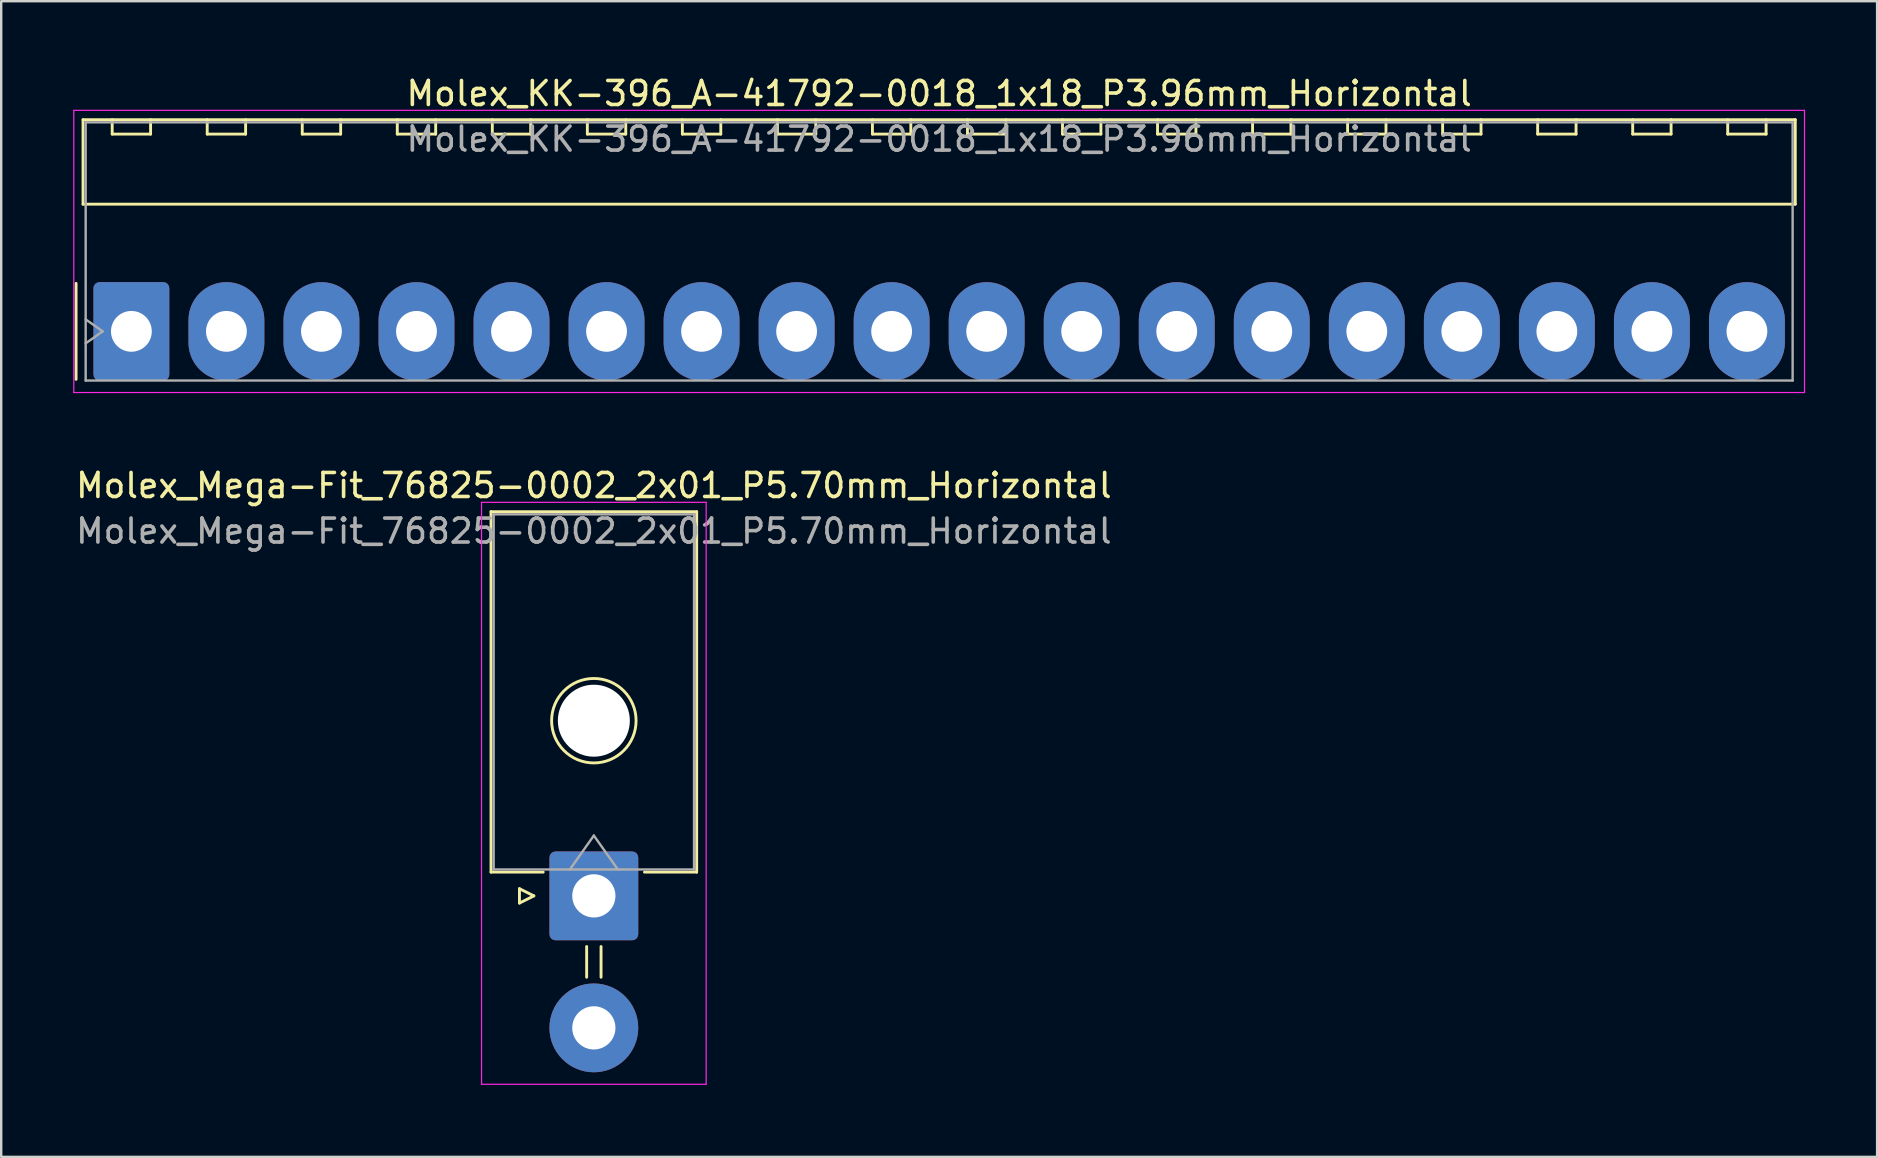
<source format=kicad_pcb>
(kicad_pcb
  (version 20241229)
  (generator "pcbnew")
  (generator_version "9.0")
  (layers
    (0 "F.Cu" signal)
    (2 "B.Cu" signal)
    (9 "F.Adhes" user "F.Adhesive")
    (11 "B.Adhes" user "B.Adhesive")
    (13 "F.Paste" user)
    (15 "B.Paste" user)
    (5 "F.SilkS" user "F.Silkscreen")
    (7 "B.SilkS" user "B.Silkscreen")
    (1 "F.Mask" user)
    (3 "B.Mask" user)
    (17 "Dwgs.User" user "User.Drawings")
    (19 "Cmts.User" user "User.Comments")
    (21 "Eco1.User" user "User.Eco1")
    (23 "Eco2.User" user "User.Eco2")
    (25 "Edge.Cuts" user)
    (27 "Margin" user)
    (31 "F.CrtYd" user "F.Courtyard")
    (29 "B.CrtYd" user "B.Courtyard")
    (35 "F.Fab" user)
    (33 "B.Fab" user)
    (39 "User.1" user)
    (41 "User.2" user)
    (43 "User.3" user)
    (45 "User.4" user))
  (footprint "Molex_KK-396_A-41792-0018_1x18_P3.96mm_Horizontal"
    (layer "F.Cu")
    (at 2.425 10.758)
    (property "Reference" "Molex_KK-396_A-41792-0018_1x18_P3.96mm_Horizontal" (at 33.66 -9.91 0) (layer "F.SilkS") (effects (font (size 1 1) (thickness 0.15))))
    (attr through_hole)
    (fp_line (start -2.305 -2) (end -2.305 2) (stroke (width 0.12) (type solid)) (layer "F.SilkS"))
    (fp_line (start -2.015 -8.82) (end 69.335 -8.82) (stroke (width 0.12) (type solid)) (layer "F.SilkS"))
    (fp_line (start -2.015 -5.3) (end -2.015 -8.82) (stroke (width 0.12) (type solid)) (layer "F.SilkS"))
    (fp_line (start -0.8 -8.82) (end -0.8 -8.22) (stroke (width 0.12) (type solid)) (layer "F.SilkS"))
    (fp_line (start -0.8 -8.22) (end 0.8 -8.22) (stroke (width 0.12) (type solid)) (layer "F.SilkS"))
    (fp_line (start 0.8 -8.22) (end 0.8 -8.82) (stroke (width 0.12) (type solid)) (layer "F.SilkS"))
    (fp_line (start 3.16 -8.82) (end 3.16 -8.22) (stroke (width 0.12) (type solid)) (layer "F.SilkS"))
    (fp_line (start 3.16 -8.22) (end 4.76 -8.22) (stroke (width 0.12) (type solid)) (layer "F.SilkS"))
    (fp_line (start 4.76 -8.22) (end 4.76 -8.82) (stroke (width 0.12) (type solid)) (layer "F.SilkS"))
    (fp_line (start 7.12 -8.82) (end 7.12 -8.22) (stroke (width 0.12) (type solid)) (layer "F.SilkS"))
    (fp_line (start 7.12 -8.22) (end 8.72 -8.22) (stroke (width 0.12) (type solid)) (layer "F.SilkS"))
    (fp_line (start 8.72 -8.22) (end 8.72 -8.82) (stroke (width 0.12) (type solid)) (layer "F.SilkS"))
    (fp_line (start 11.08 -8.82) (end 11.08 -8.22) (stroke (width 0.12) (type solid)) (layer "F.SilkS"))
    (fp_line (start 11.08 -8.22) (end 12.68 -8.22) (stroke (width 0.12) (type solid)) (layer "F.SilkS"))
    (fp_line (start 12.68 -8.22) (end 12.68 -8.82) (stroke (width 0.12) (type solid)) (layer "F.SilkS"))
    (fp_line (start 15.04 -8.82) (end 15.04 -8.22) (stroke (width 0.12) (type solid)) (layer "F.SilkS"))
    (fp_line (start 15.04 -8.22) (end 16.64 -8.22) (stroke (width 0.12) (type solid)) (layer "F.SilkS"))
    (fp_line (start 16.64 -8.22) (end 16.64 -8.82) (stroke (width 0.12) (type solid)) (layer "F.SilkS"))
    (fp_line (start 19 -8.82) (end 19 -8.22) (stroke (width 0.12) (type solid)) (layer "F.SilkS"))
    (fp_line (start 19 -8.22) (end 20.6 -8.22) (stroke (width 0.12) (type solid)) (layer "F.SilkS"))
    (fp_line (start 20.6 -8.22) (end 20.6 -8.82) (stroke (width 0.12) (type solid)) (layer "F.SilkS"))
    (fp_line (start 22.96 -8.82) (end 22.96 -8.22) (stroke (width 0.12) (type solid)) (layer "F.SilkS"))
    (fp_line (start 22.96 -8.22) (end 24.56 -8.22) (stroke (width 0.12) (type solid)) (layer "F.SilkS"))
    (fp_line (start 24.56 -8.22) (end 24.56 -8.82) (stroke (width 0.12) (type solid)) (layer "F.SilkS"))
    (fp_line (start 26.92 -8.82) (end 26.92 -8.22) (stroke (width 0.12) (type solid)) (layer "F.SilkS"))
    (fp_line (start 26.92 -8.22) (end 28.52 -8.22) (stroke (width 0.12) (type solid)) (layer "F.SilkS"))
    (fp_line (start 28.52 -8.22) (end 28.52 -8.82) (stroke (width 0.12) (type solid)) (layer "F.SilkS"))
    (fp_line (start 30.88 -8.82) (end 30.88 -8.22) (stroke (width 0.12) (type solid)) (layer "F.SilkS"))
    (fp_line (start 30.88 -8.22) (end 32.48 -8.22) (stroke (width 0.12) (type solid)) (layer "F.SilkS"))
    (fp_line (start 32.48 -8.22) (end 32.48 -8.82) (stroke (width 0.12) (type solid)) (layer "F.SilkS"))
    (fp_line (start 34.84 -8.82) (end 34.84 -8.22) (stroke (width 0.12) (type solid)) (layer "F.SilkS"))
    (fp_line (start 34.84 -8.22) (end 36.44 -8.22) (stroke (width 0.12) (type solid)) (layer "F.SilkS"))
    (fp_line (start 36.44 -8.22) (end 36.44 -8.82) (stroke (width 0.12) (type solid)) (layer "F.SilkS"))
    (fp_line (start 38.8 -8.82) (end 38.8 -8.22) (stroke (width 0.12) (type solid)) (layer "F.SilkS"))
    (fp_line (start 38.8 -8.22) (end 40.4 -8.22) (stroke (width 0.12) (type solid)) (layer "F.SilkS"))
    (fp_line (start 40.4 -8.22) (end 40.4 -8.82) (stroke (width 0.12) (type solid)) (layer "F.SilkS"))
    (fp_line (start 42.76 -8.82) (end 42.76 -8.22) (stroke (width 0.12) (type solid)) (layer "F.SilkS"))
    (fp_line (start 42.76 -8.22) (end 44.36 -8.22) (stroke (width 0.12) (type solid)) (layer "F.SilkS"))
    (fp_line (start 44.36 -8.22) (end 44.36 -8.82) (stroke (width 0.12) (type solid)) (layer "F.SilkS"))
    (fp_line (start 46.72 -8.82) (end 46.72 -8.22) (stroke (width 0.12) (type solid)) (layer "F.SilkS"))
    (fp_line (start 46.72 -8.22) (end 48.32 -8.22) (stroke (width 0.12) (type solid)) (layer "F.SilkS"))
    (fp_line (start 48.32 -8.22) (end 48.32 -8.82) (stroke (width 0.12) (type solid)) (layer "F.SilkS"))
    (fp_line (start 50.68 -8.82) (end 50.68 -8.22) (stroke (width 0.12) (type solid)) (layer "F.SilkS"))
    (fp_line (start 50.68 -8.22) (end 52.28 -8.22) (stroke (width 0.12) (type solid)) (layer "F.SilkS"))
    (fp_line (start 52.28 -8.22) (end 52.28 -8.82) (stroke (width 0.12) (type solid)) (layer "F.SilkS"))
    (fp_line (start 54.64 -8.82) (end 54.64 -8.22) (stroke (width 0.12) (type solid)) (layer "F.SilkS"))
    (fp_line (start 54.64 -8.22) (end 56.24 -8.22) (stroke (width 0.12) (type solid)) (layer "F.SilkS"))
    (fp_line (start 56.24 -8.22) (end 56.24 -8.82) (stroke (width 0.12) (type solid)) (layer "F.SilkS"))
    (fp_line (start 58.6 -8.82) (end 58.6 -8.22) (stroke (width 0.12) (type solid)) (layer "F.SilkS"))
    (fp_line (start 58.6 -8.22) (end 60.2 -8.22) (stroke (width 0.12) (type solid)) (layer "F.SilkS"))
    (fp_line (start 60.2 -8.22) (end 60.2 -8.82) (stroke (width 0.12) (type solid)) (layer "F.SilkS"))
    (fp_line (start 62.56 -8.82) (end 62.56 -8.22) (stroke (width 0.12) (type solid)) (layer "F.SilkS"))
    (fp_line (start 62.56 -8.22) (end 64.16 -8.22) (stroke (width 0.12) (type solid)) (layer "F.SilkS"))
    (fp_line (start 64.16 -8.22) (end 64.16 -8.82) (stroke (width 0.12) (type solid)) (layer "F.SilkS"))
    (fp_line (start 66.52 -8.82) (end 66.52 -8.22) (stroke (width 0.12) (type solid)) (layer "F.SilkS"))
    (fp_line (start 66.52 -8.22) (end 68.12 -8.22) (stroke (width 0.12) (type solid)) (layer "F.SilkS"))
    (fp_line (start 68.12 -8.22) (end 68.12 -8.82) (stroke (width 0.12) (type solid)) (layer "F.SilkS"))
    (fp_line (start 69.335 -8.82) (end 69.335 -5.3) (stroke (width 0.12) (type solid)) (layer "F.SilkS"))
    (fp_line (start 69.335 -5.3) (end -2.015 -5.3) (stroke (width 0.12) (type solid)) (layer "F.SilkS"))
    (fp_line (start -2.4 -9.21) (end -2.4 2.55) (stroke (width 0.05) (type solid)) (layer "F.CrtYd"))
    (fp_line (start -2.4 2.55) (end 69.72 2.55) (stroke (width 0.05) (type solid)) (layer "F.CrtYd"))
    (fp_line (start 69.72 -9.21) (end -2.4 -9.21) (stroke (width 0.05) (type solid)) (layer "F.CrtYd"))
    (fp_line (start 69.72 2.55) (end 69.72 -9.21) (stroke (width 0.05) (type solid)) (layer "F.CrtYd"))
    (fp_line (start -1.905 -8.71) (end 69.225 -8.71) (stroke (width 0.1) (type solid)) (layer "F.Fab"))
    (fp_line (start -1.905 -0.5) (end -1.198 0) (stroke (width 0.1) (type solid)) (layer "F.Fab"))
    (fp_line (start -1.905 2.05) (end -1.905 -8.71) (stroke (width 0.1) (type solid)) (layer "F.Fab"))
    (fp_line (start -1.198 0) (end -1.905 0.5) (stroke (width 0.1) (type solid)) (layer "F.Fab"))
    (fp_line (start 69.225 -8.71) (end 69.225 2.05) (stroke (width 0.1) (type solid)) (layer "F.Fab"))
    (fp_line (start 69.225 2.05) (end -1.905 2.05) (stroke (width 0.1) (type solid)) (layer "F.Fab"))
    (fp_text user "${REFERENCE}" (at 33.66 -8.01 0) (layer "F.Fab") (effects (font (size 1 1) (thickness 0.15))))
    (pad "1" thru_hole roundrect (at 0 0) (size 3.16 4.1) (drill 1.7) (layers "*.Cu" "*.Mask") (roundrect_rratio 0.079))
    (pad "2" thru_hole oval (at 3.96 0) (size 3.16 4.1) (drill 1.7) (layers "*.Cu" "*.Mask"))
    (pad "3" thru_hole oval (at 7.92 0) (size 3.16 4.1) (drill 1.7) (layers "*.Cu" "*.Mask"))
    (pad "4" thru_hole oval (at 11.88 0) (size 3.16 4.1) (drill 1.7) (layers "*.Cu" "*.Mask"))
    (pad "5" thru_hole oval (at 15.84 0) (size 3.16 4.1) (drill 1.7) (layers "*.Cu" "*.Mask"))
    (pad "6" thru_hole oval (at 19.8 0) (size 3.16 4.1) (drill 1.7) (layers "*.Cu" "*.Mask"))
    (pad "7" thru_hole oval (at 23.76 0) (size 3.16 4.1) (drill 1.7) (layers "*.Cu" "*.Mask"))
    (pad "8" thru_hole oval (at 27.72 0) (size 3.16 4.1) (drill 1.7) (layers "*.Cu" "*.Mask"))
    (pad "9" thru_hole oval (at 31.68 0) (size 3.16 4.1) (drill 1.7) (layers "*.Cu" "*.Mask"))
    (pad "10" thru_hole oval (at 35.64 0) (size 3.16 4.1) (drill 1.7) (layers "*.Cu" "*.Mask"))
    (pad "11" thru_hole oval (at 39.6 0) (size 3.16 4.1) (drill 1.7) (layers "*.Cu" "*.Mask"))
    (pad "12" thru_hole oval (at 43.56 0) (size 3.16 4.1) (drill 1.7) (layers "*.Cu" "*.Mask"))
    (pad "13" thru_hole oval (at 47.52 0) (size 3.16 4.1) (drill 1.7) (layers "*.Cu" "*.Mask"))
    (pad "14" thru_hole oval (at 51.48 0) (size 3.16 4.1) (drill 1.7) (layers "*.Cu" "*.Mask"))
    (pad "15" thru_hole oval (at 55.44 0) (size 3.16 4.1) (drill 1.7) (layers "*.Cu" "*.Mask"))
    (pad "16" thru_hole oval (at 59.4 0) (size 3.16 4.1) (drill 1.7) (layers "*.Cu" "*.Mask"))
    (pad "17" thru_hole oval (at 63.36 0) (size 3.16 4.1) (drill 1.7) (layers "*.Cu" "*.Mask"))
    (pad "18" thru_hole oval (at 67.32 0) (size 3.16 4.1) (drill 1.7) (layers "*.Cu" "*.Mask")))
  (footprint "Molex_Mega-Fit_76825-0002_2x01_P5.70mm_Horizontal"
    (layer "F.Cu")
    (at 21.696 34.282)
    (property "Reference" "Molex_Mega-Fit_76825-0002_2x01_P5.70mm_Horizontal" (at 0 -17.1 0) (layer "F.SilkS") (effects (font (size 1 1) (thickness 0.15))))
    (attr through_hole)
    (fp_line (start -4.285 -16.01) (end -4.285 -0.99) (stroke (width 0.12) (type solid)) (layer "F.SilkS"))
    (fp_line (start -4.285 -0.99) (end -2.11 -0.99) (stroke (width 0.12) (type solid)) (layer "F.SilkS"))
    (fp_line (start -3.1 -0.3) (end -2.5 0) (stroke (width 0.12) (type solid)) (layer "F.SilkS"))
    (fp_line (start -3.1 0.3) (end -3.1 -0.3) (stroke (width 0.12) (type solid)) (layer "F.SilkS"))
    (fp_line (start -2.5 0) (end -3.1 0.3) (stroke (width 0.12) (type solid)) (layer "F.SilkS"))
    (fp_line (start -0.3 2.11) (end -0.3 3.39) (stroke (width 0.12) (type solid)) (layer "F.SilkS"))
    (fp_line (start 0 -16.01) (end -4.285 -16.01) (stroke (width 0.12) (type solid)) (layer "F.SilkS"))
    (fp_line (start 0 -16.01) (end 4.285 -16.01) (stroke (width 0.12) (type solid)) (layer "F.SilkS"))
    (fp_line (start 0.3 2.11) (end 0.3 3.39) (stroke (width 0.12) (type solid)) (layer "F.SilkS"))
    (fp_line (start 4.285 -16.01) (end 4.285 -0.99) (stroke (width 0.12) (type solid)) (layer "F.SilkS"))
    (fp_line (start 4.285 -0.99) (end 2.11 -0.99) (stroke (width 0.12) (type solid)) (layer "F.SilkS"))
    (fp_circle (center 0 -7.3) (end 1.76 -7.3) (stroke (width 0.12) (type solid)) (fill no) (layer "F.SilkS"))
    (fp_line (start -4.68 -16.4) (end -4.68 7.85) (stroke (width 0.05) (type solid)) (layer "F.CrtYd"))
    (fp_line (start -4.68 7.85) (end 4.68 7.85) (stroke (width 0.05) (type solid)) (layer "F.CrtYd"))
    (fp_line (start 4.68 -16.4) (end -4.68 -16.4) (stroke (width 0.05) (type solid)) (layer "F.CrtYd"))
    (fp_line (start 4.68 7.85) (end 4.68 -16.4) (stroke (width 0.05) (type solid)) (layer "F.CrtYd"))
    (fp_line (start -4.175 -15.9) (end -4.175 -1.1) (stroke (width 0.1) (type solid)) (layer "F.Fab"))
    (fp_line (start -4.175 -1.1) (end 4.175 -1.1) (stroke (width 0.1) (type solid)) (layer "F.Fab"))
    (fp_line (start -1 -1.1) (end 0 -2.514) (stroke (width 0.1) (type solid)) (layer "F.Fab"))
    (fp_line (start 0 -2.514) (end 1 -1.1) (stroke (width 0.1) (type solid)) (layer "F.Fab"))
    (fp_line (start 4.175 -15.9) (end -4.175 -15.9) (stroke (width 0.1) (type solid)) (layer "F.Fab"))
    (fp_line (start 4.175 -1.1) (end 4.175 -15.9) (stroke (width 0.1) (type solid)) (layer "F.Fab"))
    (fp_text user "${REFERENCE}" (at 0 -15.2 0) (layer "F.Fab") (effects (font (size 1 1) (thickness 0.15))))
    (pad "" np_thru_hole circle (at 0 -7.3) (size 3 3) (drill 3) (layers "*.Cu" "*.Mask"))
    (pad "1" thru_hole roundrect (at 0 0) (size 3.7 3.7) (drill 1.8) (layers "*.Cu" "*.Mask") (roundrect_rratio 0.068))
    (pad "2" thru_hole circle (at 0 5.5) (size 3.7 3.7) (drill 1.8) (layers "*.Cu" "*.Mask")))
  (gr_rect
    (start -3 -3)
    (end 75.17 45.157)
    (stroke (width 0.1) (type default))
    (fill no)
    (layer "Edge.Cuts")))
</source>
